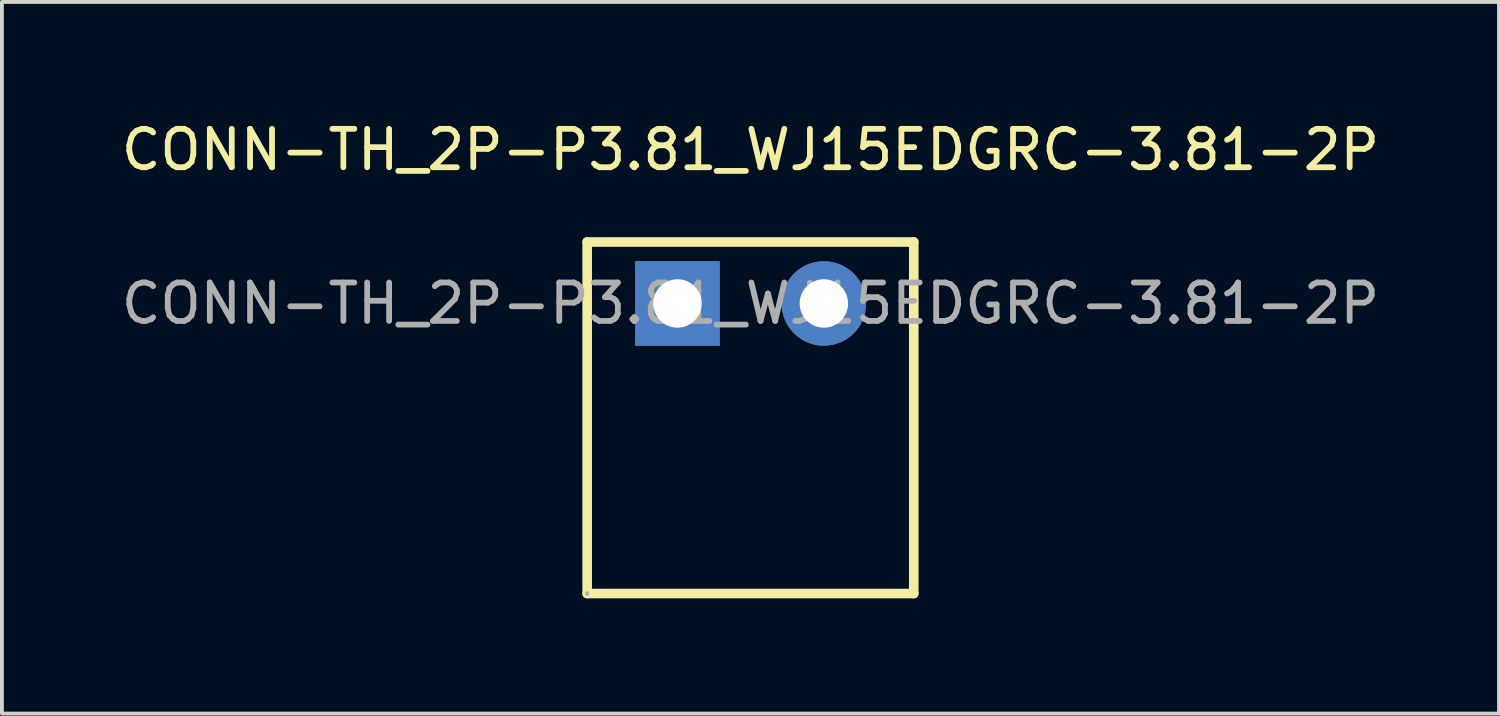
<source format=kicad_pcb>
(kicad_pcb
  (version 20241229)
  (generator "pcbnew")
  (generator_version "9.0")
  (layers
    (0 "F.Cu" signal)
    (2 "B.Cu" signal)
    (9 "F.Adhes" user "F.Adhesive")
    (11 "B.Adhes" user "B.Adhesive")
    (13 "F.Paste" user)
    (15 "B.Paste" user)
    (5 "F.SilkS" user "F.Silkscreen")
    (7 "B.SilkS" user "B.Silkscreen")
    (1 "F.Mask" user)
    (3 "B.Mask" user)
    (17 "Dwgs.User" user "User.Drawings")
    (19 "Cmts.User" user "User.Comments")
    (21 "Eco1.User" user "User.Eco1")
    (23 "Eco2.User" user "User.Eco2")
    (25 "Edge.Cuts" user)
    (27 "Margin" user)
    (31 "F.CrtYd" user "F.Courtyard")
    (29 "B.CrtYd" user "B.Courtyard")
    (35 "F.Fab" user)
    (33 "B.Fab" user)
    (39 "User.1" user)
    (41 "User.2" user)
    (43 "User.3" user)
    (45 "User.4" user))
  (footprint "CONN-TH_2P-P3.81_WJ15EDGRC-3.81-2P"
    (layer "F.Cu")
    (at 16.482 4.848)
    (property "Reference" "CONN-TH_2P-P3.81_WJ15EDGRC-3.81-2P" (at 0 -4 0) (layer "F.SilkS") (effects (font (size 1 1) (thickness 0.15))))
    (attr through_hole)
    (fp_line (start -4.25 -1.6) (end -4.25 7.55) (stroke (width 0.25) (type solid)) (layer "F.SilkS"))
    (fp_line (start -4.25 7.55) (end 4.25 7.55) (stroke (width 0.25) (type solid)) (layer "F.SilkS"))
    (fp_line (start 4.25 -1.6) (end -4.25 -1.6) (stroke (width 0.25) (type solid)) (layer "F.SilkS"))
    (fp_line (start 4.25 7.55) (end 4.25 -1.6) (stroke (width 0.25) (type solid)) (layer "F.SilkS"))
    (fp_circle (center -4.25 7.55) (end -4.22 7.55) (stroke (width 0.06) (type solid)) (fill no) (layer "F.Fab"))
    (fp_text user "${REFERENCE}" (at 0 0 0) (layer "F.Fab") (effects (font (size 1 1) (thickness 0.15))))
    (pad "1" thru_hole rect (at -1.9 0) (size 2.2 2.2) (drill 1.26) (layers "*.Cu" "*.Mask"))
    (pad "2" thru_hole circle (at 1.91 0) (size 2.2 2.2) (drill 1.26) (layers "*.Cu" "*.Mask")))
  (gr_rect
    (start -3 -3)
    (end 35.964 15.523)
    (stroke (width 0.1) (type default))
    (fill no)
    (layer "Edge.Cuts")))
</source>
